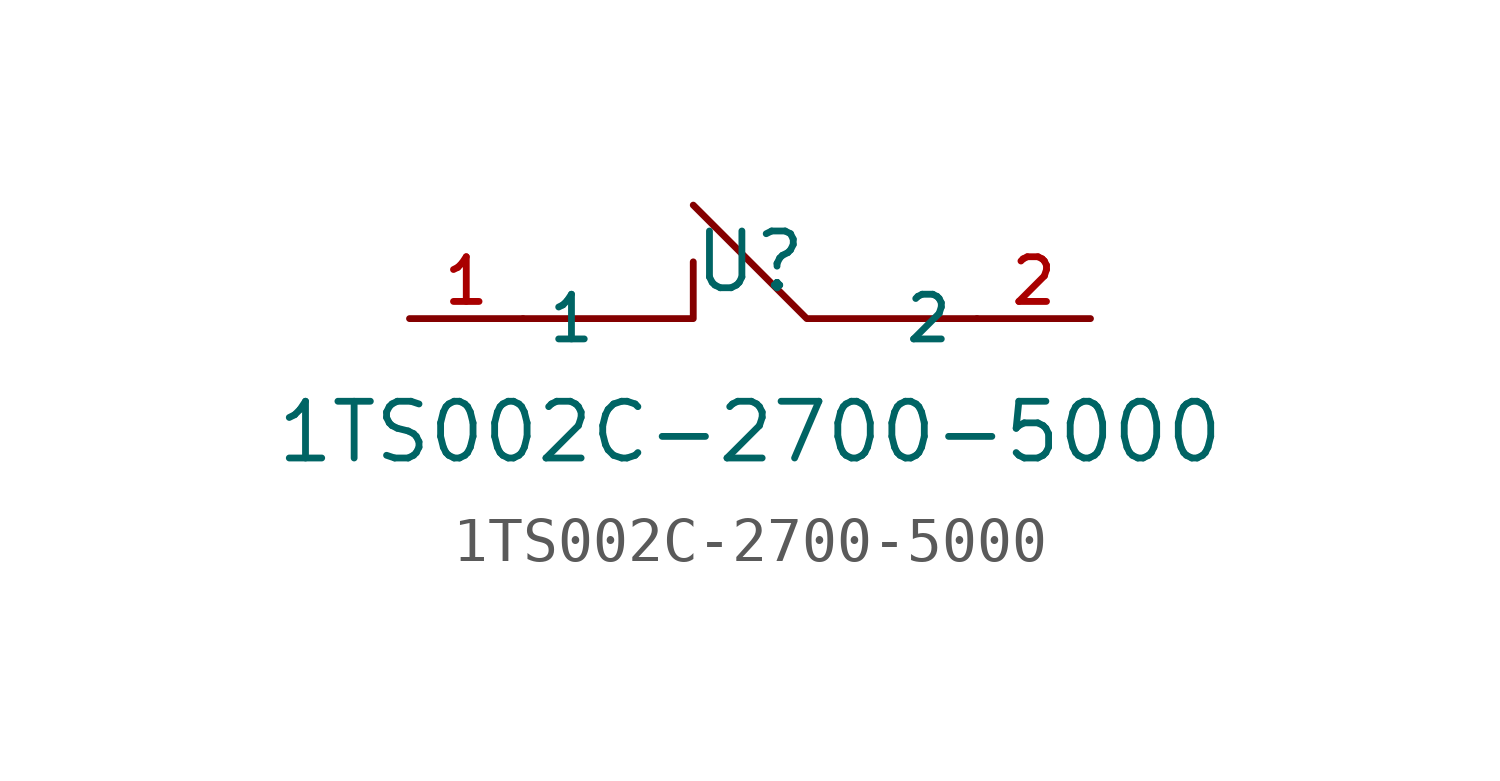
<source format=kicad_sym>
(kicad_symbol_lib
  (version 20210201)
  (generator TousstNicolas/JLC2KiCad_lib)
  (symbol "1TS002C-2700-5000"
    (property "Reference" "U"
      (at 0 1.27 0)
      (effects (font (size 1.27 1.27))))
    (property "Value" "1TS002C-2700-5000"
      (at 0 -2.54 0)
      (effects (font (size 1.27 1.27))))
    (symbol "1TS002C-2700-5000_0_1"
      (pin unspecified line (at -7.62 -0.0 0) (length 2.54) (name "1" (effects (font (size 1 1)))) (number "1" (effects (font (size 1 1)))))
      (pin unspecified line (at 7.62 -0.0 180) (length 2.54) (name "2" (effects (font (size 1 1)))) (number "2" (effects (font (size 1 1)))))
      (polyline (pts (xy -5.08 -0.0) (xy -1.27 -0.0) (xy -1.27 1.27)) (stroke (width 0) (type default) (color 0 0 0 0)) (fill (type none)))
      (polyline (pts (xy 5.08 -0.0) (xy 1.27 -0.0) (xy -1.27 2.54)) (stroke (width 0) (type default) (color 0 0 0 0)) (fill (type none))))))
</source>
